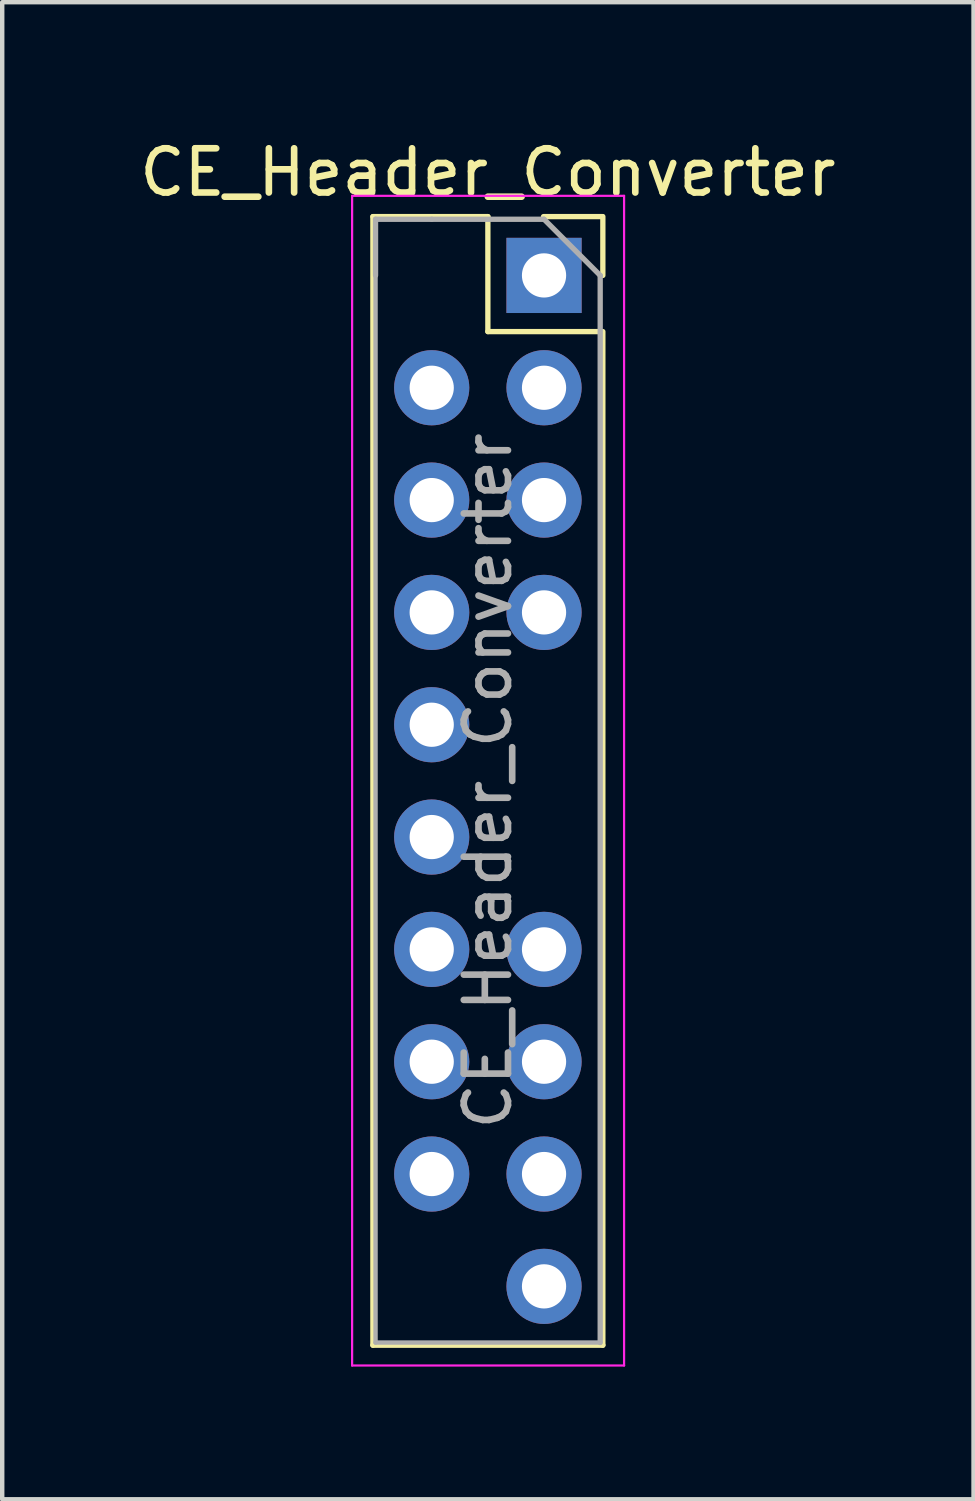
<source format=kicad_pcb>
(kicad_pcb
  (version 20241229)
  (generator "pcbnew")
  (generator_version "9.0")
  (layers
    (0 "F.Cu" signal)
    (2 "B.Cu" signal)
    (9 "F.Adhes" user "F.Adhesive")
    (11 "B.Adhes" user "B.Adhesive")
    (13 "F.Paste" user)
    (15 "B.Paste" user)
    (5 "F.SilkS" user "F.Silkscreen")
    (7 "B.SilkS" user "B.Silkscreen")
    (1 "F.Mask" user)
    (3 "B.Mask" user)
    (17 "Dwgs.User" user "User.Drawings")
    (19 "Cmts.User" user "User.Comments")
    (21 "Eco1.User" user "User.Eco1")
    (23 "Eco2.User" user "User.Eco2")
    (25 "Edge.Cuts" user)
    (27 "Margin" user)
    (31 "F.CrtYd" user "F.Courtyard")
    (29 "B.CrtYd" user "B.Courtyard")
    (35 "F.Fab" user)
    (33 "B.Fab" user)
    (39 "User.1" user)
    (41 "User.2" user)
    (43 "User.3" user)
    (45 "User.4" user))
  (footprint "CE_Header_Converter"
    (layer "F.Cu")
    (at 6.712 3.178)
    (property "Reference" "CE_Header_Converter" (at 1.27 -2.33 0) (layer "F.SilkS") (effects (font (size 1 1) (thickness 0.15))))
    (attr through_hole)
    (fp_line (start -1.33 -1.33) (end -1.33 24.19) (stroke (width 0.12) (type solid)) (layer "F.SilkS"))
    (fp_line (start -1.33 24.19) (end 3.87 24.19) (stroke (width 0.12) (type solid)) (layer "F.SilkS"))
    (fp_line (start -1.328 -1.33) (end 1.272 -1.33) (stroke (width 0.12) (type solid)) (layer "F.SilkS"))
    (fp_line (start 1.27 1.27) (end 1.27 -1.33) (stroke (width 0.12) (type solid)) (layer "F.SilkS"))
    (fp_line (start 1.27 1.27) (end 3.81 1.27) (stroke (width 0.12) (type solid)) (layer "F.SilkS"))
    (fp_line (start 2.528 -1.33) (end 3.858 -1.33) (stroke (width 0.12) (type solid)) (layer "F.SilkS"))
    (fp_line (start 3.87 0) (end 3.87 -1.33) (stroke (width 0.12) (type solid)) (layer "F.SilkS"))
    (fp_line (start 3.87 1.27) (end 3.87 24.19) (stroke (width 0.12) (type solid)) (layer "F.SilkS"))
    (fp_line (start -1.8 -1.8) (end -1.8 24.65) (stroke (width 0.05) (type solid)) (layer "F.CrtYd"))
    (fp_line (start -1.8 24.65) (end 4.35 24.65) (stroke (width 0.05) (type solid)) (layer "F.CrtYd"))
    (fp_line (start 4.35 -1.8) (end -1.8 -1.8) (stroke (width 0.05) (type solid)) (layer "F.CrtYd"))
    (fp_line (start 4.35 24.65) (end 4.35 -1.8) (stroke (width 0.05) (type solid)) (layer "F.CrtYd"))
    (fp_line (start -1.27 -1.27) (end 0 -1.27) (stroke (width 0.12) (type solid)) (layer "F.Fab"))
    (fp_line (start -1.27 0) (end -1.27 -1.27) (stroke (width 0.12) (type solid)) (layer "F.Fab"))
    (fp_line (start -1.27 24.13) (end -1.27 0) (stroke (width 0.1) (type solid)) (layer "F.Fab"))
    (fp_line (start 2.54 -1.27) (end 0 -1.27) (stroke (width 0.12) (type solid)) (layer "F.Fab"))
    (fp_line (start 3.81 0) (end 2.54 -1.27) (stroke (width 0.12) (type solid)) (layer "F.Fab"))
    (fp_line (start 3.81 0) (end 3.81 24.13) (stroke (width 0.12) (type solid)) (layer "F.Fab"))
    (fp_line (start 3.81 24.13) (end -1.27 24.13) (stroke (width 0.1) (type solid)) (layer "F.Fab"))
    (fp_text user "${REFERENCE}" (at 1.27 11.43 90) (layer "F.Fab") (effects (font (size 1 1) (thickness 0.15))))
    (pad "1" thru_hole rect (at 2.54 0) (size 1.7 1.7) (drill 1) (layers "*.Cu" "*.Mask"))
    (pad "3" thru_hole oval (at 2.54 2.54) (size 1.7 1.7) (drill 1) (layers "*.Cu" "*.Mask"))
    (pad "4" thru_hole oval (at 0 2.54) (size 1.7 1.7) (drill 1) (layers "*.Cu" "*.Mask"))
    (pad "5" thru_hole oval (at 2.54 5.08) (size 1.7 1.7) (drill 1) (layers "*.Cu" "*.Mask"))
    (pad "6" thru_hole oval (at 0 5.08) (size 1.7 1.7) (drill 1) (layers "*.Cu" "*.Mask"))
    (pad "7" thru_hole oval (at 2.54 7.62) (size 1.7 1.7) (drill 1) (layers "*.Cu" "*.Mask"))
    (pad "8" thru_hole oval (at 0 7.62) (size 1.7 1.7) (drill 1) (layers "*.Cu" "*.Mask"))
    (pad "10" thru_hole oval (at 0 10.16) (size 1.7 1.7) (drill 1) (layers "*.Cu" "*.Mask"))
    (pad "12" thru_hole oval (at 0 12.7) (size 1.7 1.7) (drill 1) (layers "*.Cu" "*.Mask"))
    (pad "13" thru_hole oval (at 2.54 15.24) (size 1.7 1.7) (drill 1) (layers "*.Cu" "*.Mask"))
    (pad "14" thru_hole oval (at 0 15.24) (size 1.7 1.7) (drill 1) (layers "*.Cu" "*.Mask"))
    (pad "15" thru_hole oval (at 2.54 17.78) (size 1.7 1.7) (drill 1) (layers "*.Cu" "*.Mask"))
    (pad "16" thru_hole oval (at 0 17.78) (size 1.7 1.7) (drill 1) (layers "*.Cu" "*.Mask"))
    (pad "17" thru_hole oval (at 2.54 20.32) (size 1.7 1.7) (drill 1) (layers "*.Cu" "*.Mask"))
    (pad "18" thru_hole oval (at 0 20.32) (size 1.7 1.7) (drill 1) (layers "*.Cu" "*.Mask"))
    (pad "19" thru_hole oval (at 2.54 22.86) (size 1.7 1.7) (drill 1) (layers "*.Cu" "*.Mask")))
  (gr_rect
    (start -3 -3)
    (end 18.964 30.853)
    (stroke (width 0.1) (type default))
    (fill no)
    (layer "Edge.Cuts")))
</source>
